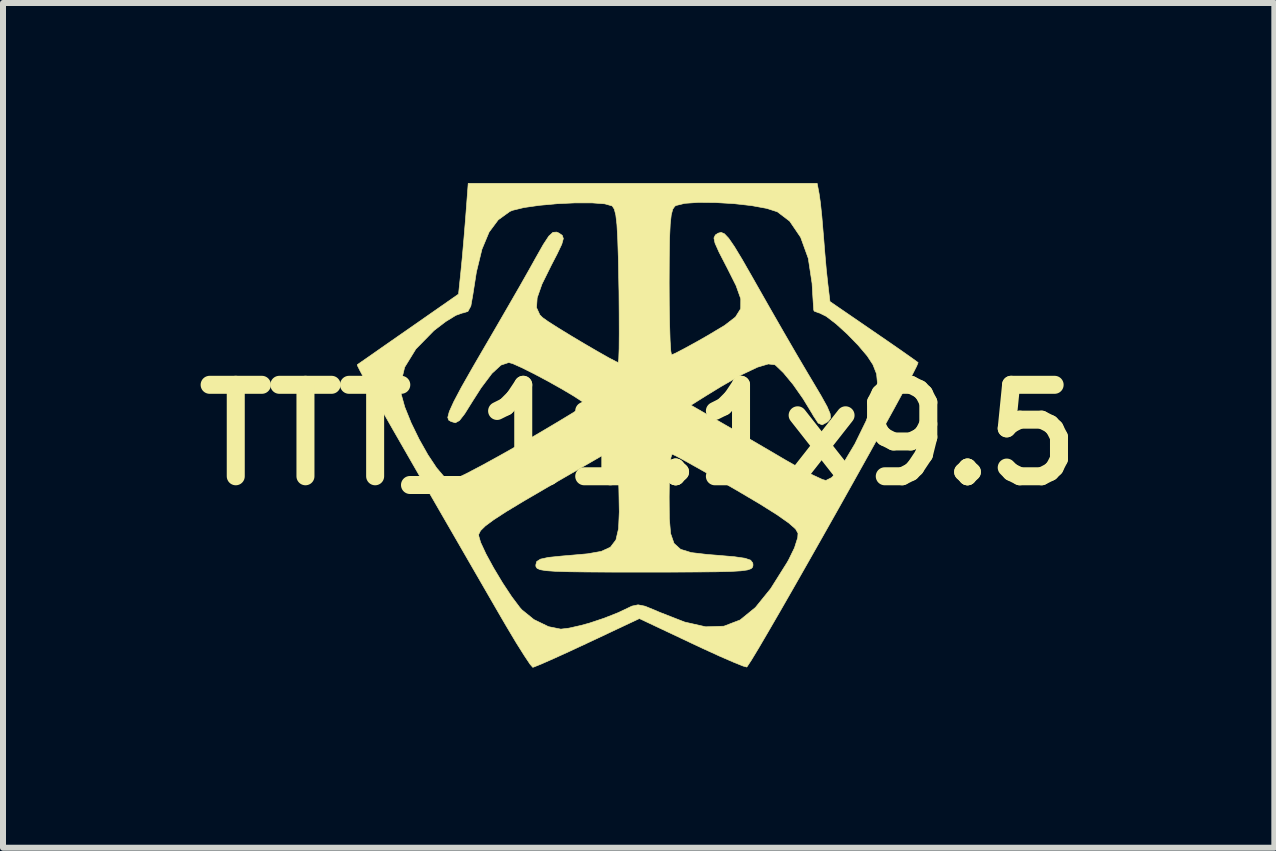
<source format=kicad_pcb>
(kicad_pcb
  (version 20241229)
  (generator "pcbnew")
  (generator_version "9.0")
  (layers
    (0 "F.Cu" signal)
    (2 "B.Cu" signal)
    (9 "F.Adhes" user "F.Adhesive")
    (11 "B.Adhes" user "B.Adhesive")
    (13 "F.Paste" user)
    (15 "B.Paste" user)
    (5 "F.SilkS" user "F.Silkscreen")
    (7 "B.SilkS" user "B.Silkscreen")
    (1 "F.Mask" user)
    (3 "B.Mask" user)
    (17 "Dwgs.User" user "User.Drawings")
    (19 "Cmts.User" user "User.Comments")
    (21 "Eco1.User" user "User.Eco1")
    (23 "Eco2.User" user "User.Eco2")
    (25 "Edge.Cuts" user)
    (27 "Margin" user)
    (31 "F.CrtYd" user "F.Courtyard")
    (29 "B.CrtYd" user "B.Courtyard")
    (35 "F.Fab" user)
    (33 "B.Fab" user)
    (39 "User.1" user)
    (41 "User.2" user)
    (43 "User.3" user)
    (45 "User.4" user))
  (footprint "TTT_11.1x9.5"
    (layer "F.Cu")
    (at 7.591 4.196)
    (property "Reference" "TTT_11.1x9.5" (at 0 0 0) (layer "F.SilkS") (effects (font (size 1.524 1.524) (thickness 0.3))))
    (attr through_hole)
    (fp_poly (pts (xy 3.007 -4.016) (xy 3.028 -3.869) (xy 3.052 -3.641) (xy 3.074 -3.377) (xy 3.078 -3.334) (xy 3.101 -3.043) (xy 3.126 -2.757) (xy 3.15 -2.535) (xy 3.151 -2.524) (xy 3.187 -2.222) (xy 3.895 -1.736) (xy 4.16 -1.554) (xy 4.388 -1.396) (xy 4.557 -1.277) (xy 4.648 -1.211) (xy 4.656 -1.205) (xy 4.632 -1.146) (xy 4.553 -0.99) (xy 4.426 -0.751) (xy 4.258 -0.442) (xy 4.057 -0.077) (xy 3.83 0.332) (xy 3.585 0.771) (xy 3.33 1.226) (xy 3.071 1.685) (xy 2.817 2.133) (xy 2.575 2.558) (xy 2.353 2.945) (xy 2.157 3.283) (xy 1.997 3.556) (xy 1.878 3.753) (xy 1.809 3.858) (xy 1.801 3.868) (xy 1.739 3.851) (xy 1.583 3.788) (xy 1.352 3.688) (xy 1.068 3.558) (xy 0.895 3.477) (xy 0.012 3.06) (xy -0.853 3.467) (xy -1.158 3.609) (xy -1.422 3.729) (xy -1.624 3.818) (xy -1.743 3.866) (xy -1.764 3.873) (xy -1.81 3.82) (xy -1.906 3.676) (xy -2.042 3.46) (xy -2.203 3.19) (xy -2.296 3.031) (xy -2.771 2.209) (xy -3.079 1.675) (xy -2.667 1.675) (xy -2.633 1.792) (xy -2.544 1.983) (xy -2.417 2.216) (xy -2.269 2.463) (xy -2.118 2.692) (xy -1.982 2.873) (xy -1.947 2.913) (xy -1.745 3.077) (xy -1.501 3.195) (xy -1.297 3.236) (xy -1.164 3.22) (xy -0.964 3.175) (xy -0.821 3.136) (xy -0.576 3.054) (xy -0.34 2.961) (xy -0.243 2.915) (xy -0.111 2.852) (xy -0.01 2.831) (xy 0.106 2.854) (xy 0.28 2.925) (xy 0.351 2.956) (xy 0.766 3.118) (xy 1.117 3.197) (xy 1.42 3.187) (xy 1.691 3.083) (xy 1.945 2.876) (xy 2.2 2.561) (xy 2.471 2.13) (xy 2.501 2.077) (xy 2.596 1.882) (xy 2.65 1.712) (xy 2.655 1.639) (xy 2.614 1.567) (xy 2.5 1.467) (xy 2.305 1.33) (xy 2.017 1.149) (xy 1.626 0.918) (xy 1.619 0.914) (xy 1.295 0.727) (xy 1.009 0.564) (xy 0.778 0.435) (xy 0.621 0.35) (xy 0.556 0.32) (xy 0.537 0.378) (xy 0.521 0.538) (xy 0.511 0.775) (xy 0.508 1.038) (xy 0.511 1.394) (xy 0.532 1.643) (xy 0.589 1.807) (xy 0.698 1.906) (xy 0.877 1.961) (xy 1.143 1.992) (xy 1.319 2.006) (xy 1.597 2.03) (xy 1.771 2.055) (xy 1.865 2.087) (xy 1.901 2.134) (xy 1.905 2.168) (xy 1.899 2.202) (xy 1.873 2.229) (xy 1.812 2.25) (xy 1.704 2.265) (xy 1.534 2.275) (xy 1.288 2.281) (xy 0.954 2.284) (xy 0.516 2.286) (xy 0.095 2.286) (xy -0.432 2.286) (xy -0.845 2.284) (xy -1.159 2.28) (xy -1.386 2.273) (xy -1.542 2.262) (xy -1.639 2.246) (xy -1.691 2.224) (xy -1.711 2.196) (xy -1.714 2.168) (xy -1.699 2.11) (xy -1.637 2.07) (xy -1.505 2.041) (xy -1.278 2.018) (xy -1.169 2.009) (xy -0.852 1.981) (xy -0.624 1.941) (xy -0.471 1.871) (xy -0.379 1.75) (xy -0.335 1.561) (xy -0.323 1.283) (xy -0.33 0.899) (xy -0.331 0.876) (xy -0.349 0.195) (xy -1.508 0.865) (xy -1.906 1.097) (xy -2.205 1.277) (xy -2.417 1.415) (xy -2.556 1.518) (xy -2.635 1.596) (xy -2.665 1.657) (xy -2.667 1.675) (xy -3.079 1.675) (xy -3.186 1.49) (xy -3.543 0.871) (xy -3.845 0.345) (xy -4.096 -0.092) (xy -4.298 -0.447) (xy -4.454 -0.724) (xy -4.515 -0.833) (xy -3.97 -0.833) (xy -3.96 -0.69) (xy -3.897 -0.464) (xy -3.791 -0.201) (xy -3.658 0.072) (xy -3.512 0.331) (xy -3.367 0.549) (xy -3.238 0.701) (xy -3.14 0.762) (xy -3.135 0.762) (xy -3.05 0.731) (xy -2.873 0.646) (xy -2.625 0.516) (xy -2.324 0.351) (xy -1.988 0.161) (xy -1.959 0.144) (xy -1.629 -0.048) (xy -1.341 -0.219) (xy -1.11 -0.359) (xy -0.955 -0.458) (xy -0.891 -0.505) (xy -0.89 -0.507) (xy -0.943 -0.557) (xy -1.083 -0.648) (xy -1.28 -0.765) (xy -1.508 -0.893) (xy -1.739 -1.016) (xy -1.945 -1.119) (xy -2.099 -1.188) (xy -2.165 -1.206) (xy -2.294 -1.163) (xy -2.445 -1.024) (xy -2.626 -0.783) (xy -2.771 -0.556) (xy -2.899 -0.351) (xy -2.986 -0.239) (xy -3.054 -0.202) (xy -3.126 -0.223) (xy -3.165 -0.246) (xy -3.181 -0.291) (xy -3.155 -0.389) (xy -3.081 -0.552) (xy -2.955 -0.791) (xy -2.769 -1.118) (xy -2.621 -1.373) (xy -2.404 -1.745) (xy -2.188 -2.118) (xy -1.989 -2.463) (xy -1.825 -2.752) (xy -1.722 -2.937) (xy -1.589 -3.172) (xy -1.497 -3.312) (xy -1.428 -3.375) (xy -1.366 -3.379) (xy -1.329 -3.363) (xy -1.273 -3.325) (xy -1.255 -3.271) (xy -1.281 -3.177) (xy -1.357 -3.017) (xy -1.46 -2.818) (xy -1.612 -2.51) (xy -1.691 -2.284) (xy -1.702 -2.121) (xy -1.647 -2.001) (xy -1.603 -1.956) (xy -1.512 -1.891) (xy -1.347 -1.786) (xy -1.135 -1.656) (xy -0.904 -1.518) (xy -0.682 -1.389) (xy -0.495 -1.283) (xy -0.372 -1.219) (xy -0.34 -1.206) (xy -0.332 -1.267) (xy -0.326 -1.435) (xy -0.324 -1.692) (xy -0.325 -2.02) (xy -0.328 -2.398) (xy -0.33 -2.479) (xy -0.331 -2.532) (xy 0.508 -2.532) (xy 0.51 -2.158) (xy 0.516 -1.831) (xy 0.524 -1.572) (xy 0.535 -1.4) (xy 0.547 -1.334) (xy 0.548 -1.333) (xy 0.617 -1.363) (xy 0.77 -1.443) (xy 0.983 -1.56) (xy 1.151 -1.656) (xy 1.432 -1.824) (xy 1.613 -1.964) (xy 1.7 -2.103) (xy 1.701 -2.268) (xy 1.623 -2.487) (xy 1.473 -2.786) (xy 1.459 -2.812) (xy 1.338 -3.047) (xy 1.272 -3.195) (xy 1.254 -3.281) (xy 1.278 -3.331) (xy 1.324 -3.361) (xy 1.374 -3.374) (xy 1.429 -3.351) (xy 1.499 -3.277) (xy 1.594 -3.139) (xy 1.726 -2.921) (xy 1.904 -2.61) (xy 1.972 -2.49) (xy 2.184 -2.117) (xy 2.41 -1.723) (xy 2.628 -1.347) (xy 2.816 -1.028) (xy 2.877 -0.926) (xy 3.038 -0.655) (xy 3.14 -0.471) (xy 3.19 -0.354) (xy 3.197 -0.282) (xy 3.167 -0.234) (xy 3.137 -0.21) (xy 3.056 -0.167) (xy 2.991 -0.197) (xy 2.91 -0.32) (xy 2.89 -0.356) (xy 2.741 -0.601) (xy 2.574 -0.839) (xy 2.412 -1.035) (xy 2.283 -1.159) (xy 2.268 -1.169) (xy 2.16 -1.182) (xy 1.979 -1.128) (xy 1.718 -1.004) (xy 1.371 -0.805) (xy 1.118 -0.65) (xy 0.871 -0.495) (xy 1.372 -0.207) (xy 1.662 -0.04) (xy 2.002 0.158) (xy 2.335 0.353) (xy 2.445 0.418) (xy 2.693 0.559) (xy 2.908 0.672) (xy 3.062 0.743) (xy 3.119 0.759) (xy 3.214 0.712) (xy 3.332 0.588) (xy 3.381 0.521) (xy 3.602 0.151) (xy 3.788 -0.229) (xy 3.918 -0.574) (xy 3.94 -0.653) (xy 3.979 -0.858) (xy 3.964 -1.016) (xy 3.903 -1.171) (xy 3.808 -1.316) (xy 3.657 -1.494) (xy 3.475 -1.681) (xy 3.289 -1.85) (xy 3.126 -1.975) (xy 3.013 -2.031) (xy 3.004 -2.032) (xy 2.925 -2.062) (xy 2.917 -2.08) (xy 2.911 -2.164) (xy 2.9 -2.335) (xy 2.889 -2.526) (xy 2.826 -2.941) (xy 2.699 -3.292) (xy 2.516 -3.561) (xy 2.311 -3.717) (xy 2.134 -3.774) (xy 1.883 -3.82) (xy 1.589 -3.853) (xy 1.284 -3.871) (xy 0.999 -3.874) (xy 0.768 -3.858) (xy 0.622 -3.822) (xy 0.602 -3.809) (xy 0.568 -3.76) (xy 0.543 -3.667) (xy 0.526 -3.512) (xy 0.515 -3.28) (xy 0.51 -2.953) (xy 0.508 -2.532) (xy -0.331 -2.532) (xy -0.338 -2.926) (xy -0.349 -3.262) (xy -0.362 -3.503) (xy -0.381 -3.664) (xy -0.406 -3.761) (xy -0.438 -3.811) (xy -0.445 -3.816) (xy -0.566 -3.85) (xy -0.78 -3.866) (xy -1.055 -3.866) (xy -1.357 -3.852) (xy -1.653 -3.825) (xy -1.912 -3.788) (xy -2.1 -3.742) (xy -2.146 -3.723) (xy -2.34 -3.583) (xy -2.492 -3.379) (xy -2.611 -3.094) (xy -2.704 -2.712) (xy -2.763 -2.334) (xy -2.796 -2.147) (xy -2.845 -2.057) (xy -2.926 -2.032) (xy -2.934 -2.032) (xy -3.046 -1.992) (xy -3.215 -1.888) (xy -3.406 -1.742) (xy -3.416 -1.733) (xy -3.712 -1.431) (xy -3.899 -1.127) (xy -3.97 -0.833) (xy -4.515 -0.833) (xy -4.568 -0.93) (xy -4.643 -1.069) (xy -4.682 -1.147) (xy -4.689 -1.169) (xy -4.632 -1.209) (xy -4.489 -1.308) (xy -4.278 -1.456) (xy -4.017 -1.638) (xy -3.834 -1.765) (xy -3.001 -2.346) (xy -2.963 -2.713) (xy -2.939 -2.957) (xy -2.912 -3.267) (xy -2.886 -3.583) (xy -2.882 -3.635) (xy -2.84 -4.191) (xy 2.974 -4.191) (xy 3.007 -4.016)) (stroke (width 0.01) (type solid)) (fill yes) (layer "F.SilkS")))
  (gr_rect
    (start -3 -3)
    (end 18.182 11.074)
    (stroke (width 0.1) (type default))
    (fill no)
    (layer "Edge.Cuts")))
</source>
